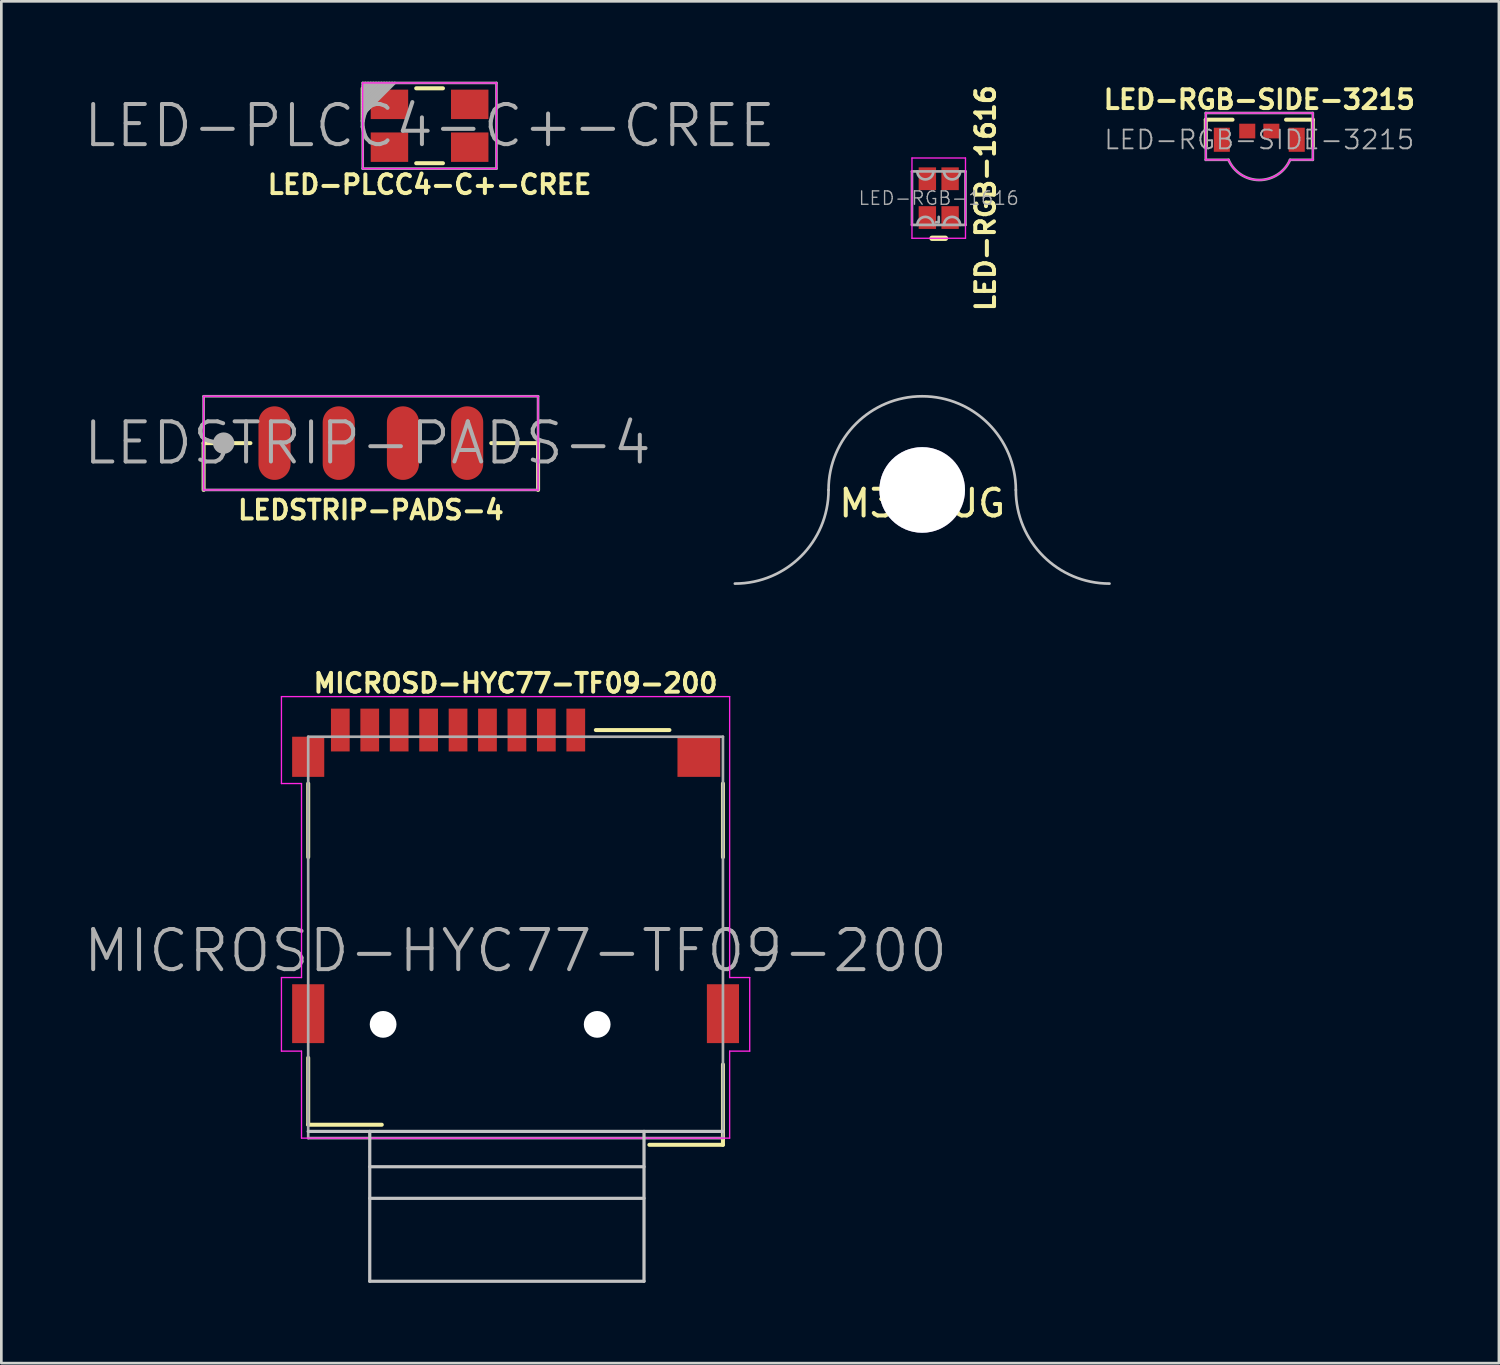
<source format=kicad_pcb>
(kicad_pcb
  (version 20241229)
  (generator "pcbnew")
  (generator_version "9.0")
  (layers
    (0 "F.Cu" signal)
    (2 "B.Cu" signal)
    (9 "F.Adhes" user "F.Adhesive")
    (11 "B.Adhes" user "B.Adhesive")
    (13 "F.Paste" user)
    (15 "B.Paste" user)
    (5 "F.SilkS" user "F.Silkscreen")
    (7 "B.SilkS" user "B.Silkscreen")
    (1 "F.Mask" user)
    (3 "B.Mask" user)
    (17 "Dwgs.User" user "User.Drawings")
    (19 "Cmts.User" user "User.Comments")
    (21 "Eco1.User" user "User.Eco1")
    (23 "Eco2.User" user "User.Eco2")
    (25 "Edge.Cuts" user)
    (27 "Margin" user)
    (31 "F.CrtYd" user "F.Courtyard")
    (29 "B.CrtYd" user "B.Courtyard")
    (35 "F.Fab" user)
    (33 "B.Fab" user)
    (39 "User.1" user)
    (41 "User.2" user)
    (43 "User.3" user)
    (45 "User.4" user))
  (footprint "M3-LUG"
    (layer "F.Cu")
    (at 31.414 15.26)
    (property "Reference" "M3-LUG" (at 0 0.5 0) (layer "F.SilkS") (effects (font (size 1 1) (thickness 0.15))))
    (attr through_hole)
    (fp_arc (start -3.5 0) (mid -4.525126 2.474874) (end -7 3.5) (stroke (width 0.1) (type solid)) (layer "Dwgs.User"))
    (fp_arc (start -3.5 0) (mid 0 -3.5) (end 3.5 0) (stroke (width 0.1) (type solid)) (layer "Dwgs.User"))
    (fp_arc (start 7 3.5) (mid 4.525126 2.474874) (end 3.5 0) (stroke (width 0.1) (type solid)) (layer "Dwgs.User"))
    (fp_line (start 7 3.5) (end -7 3.5) (stroke (width 0.1) (type solid)) (layer "Margin"))
    (pad "1" thru_hole circle (at 0 0) (size 3.2 3.2) (drill 3.2) (layers "*.Cu" "*.Mask")))
  (footprint "LED-RGB-SIDE-3215"
    (layer "F.Cu")
    (at 44.012 2.173)
    (property "Reference" "LED-RGB-SIDE-3215" (at 0 -1.5 180) (layer "F.SilkS") (effects (font (size 0.7 0.7) (thickness 0.15))))
    (attr through_hole)
    (fp_line (start -2 -0.75) (end -1 -0.75) (stroke (width 0.15) (type solid)) (layer "F.SilkS"))
    (fp_line (start -2 0.25) (end -2 -0.75) (stroke (width 0.15) (type solid)) (layer "F.SilkS"))
    (fp_line (start 2 -0.75) (end 1 -0.75) (stroke (width 0.15) (type solid)) (layer "F.SilkS"))
    (fp_line (start 2 0.25) (end 2 -0.75) (stroke (width 0.15) (type solid)) (layer "F.SilkS"))
    (fp_line (start -2 -1) (end 2 -1) (stroke (width 0.05) (type solid)) (layer "F.CrtYd"))
    (fp_line (start -2 0.75) (end -2 -1) (stroke (width 0.05) (type solid)) (layer "F.CrtYd"))
    (fp_line (start -2 0.75) (end -1.15 0.75) (stroke (width 0.05) (type solid)) (layer "F.CrtYd"))
    (fp_line (start 2 -1) (end 2 0.75) (stroke (width 0.05) (type solid)) (layer "F.CrtYd"))
    (fp_line (start 2 0.75) (end 1.15 0.75) (stroke (width 0.05) (type solid)) (layer "F.CrtYd"))
    (fp_arc (start 1.149974 0.750058) (mid -0.000032 1.503993) (end -1.149999 0.749999) (stroke (width 0.05) (type solid)) (layer "F.CrtYd"))
    (fp_line (start -2 -1) (end 2 -1) (stroke (width 0.1) (type solid)) (layer "F.Fab"))
    (fp_line (start -2 0.75) (end -2 -1) (stroke (width 0.1) (type solid)) (layer "F.Fab"))
    (fp_line (start -2 0.75) (end -1.15 0.75) (stroke (width 0.1) (type solid)) (layer "F.Fab"))
    (fp_line (start 2 -1) (end 2 0.75) (stroke (width 0.1) (type solid)) (layer "F.Fab"))
    (fp_line (start 2 0.75) (end 1.15 0.75) (stroke (width 0.1) (type solid)) (layer "F.Fab"))
    (fp_arc (start 1.149974 0.750058) (mid -0.000032 1.503993) (end -1.149999 0.749999) (stroke (width 0.1) (type solid)) (layer "F.Fab"))
    (fp_text user "${REFERENCE}" (at 0 0 0) (layer "F.Fab") (effects (font (size 0.7 0.7) (thickness 0.07))))
    (pad "+" smd rect (at -1.4 0) (size 0.6 0.9) (layers "F.Cu" "F.Mask" "F.Paste"))
    (pad "B" smd rect (at 0.45 -0.325) (size 0.6 0.55) (layers "F.Cu" "F.Mask" "F.Paste"))
    (pad "G" smd rect (at -0.45 -0.325) (size 0.6 0.55) (layers "F.Cu" "F.Mask" "F.Paste"))
    (pad "R" smd rect (at 1.4 0) (size 0.6 0.9) (layers "F.Cu" "F.Mask" "F.Paste")))
  (footprint "LEDSTRIP-PADS-4"
    (layer "F.Cu")
    (at 10.809 13.51)
    (property "Reference" "LEDSTRIP-PADS-4" (at 0 2.5 0) (layer "F.SilkS") (effects (font (size 0.7 0.7) (thickness 0.15))))
    (attr through_hole)
    (fp_line (start -6.25 0) (end -6.25 1.75) (stroke (width 0.15) (type solid)) (layer "F.SilkS"))
    (fp_line (start -4.5 0) (end -6.25 0) (stroke (width 0.15) (type solid)) (layer "F.SilkS"))
    (fp_line (start 4.5 0) (end 6.25 0) (stroke (width 0.15) (type solid)) (layer "F.SilkS"))
    (fp_line (start 6.25 0) (end 6.25 1.75) (stroke (width 0.15) (type solid)) (layer "F.SilkS"))
    (fp_line (start -6.25 -1.75) (end 6.25 -1.75) (stroke (width 0.05) (type solid)) (layer "F.CrtYd"))
    (fp_line (start -6.25 1.75) (end -6.25 -1.75) (stroke (width 0.05) (type solid)) (layer "F.CrtYd"))
    (fp_line (start 6.25 -1.75) (end 6.25 1.75) (stroke (width 0.05) (type solid)) (layer "F.CrtYd"))
    (fp_line (start 6.25 1.75) (end -6.25 1.75) (stroke (width 0.05) (type solid)) (layer "F.CrtYd"))
    (fp_line (start -6.25 -1.75) (end 6.25 -1.75) (stroke (width 0.1) (type solid)) (layer "F.Fab"))
    (fp_line (start -6.25 1.75) (end -6.25 -1.75) (stroke (width 0.1) (type solid)) (layer "F.Fab"))
    (fp_line (start 6.25 -1.75) (end 6.25 1.75) (stroke (width 0.1) (type solid)) (layer "F.Fab"))
    (fp_line (start 6.25 1.75) (end -6.25 1.75) (stroke (width 0.1) (type solid)) (layer "F.Fab"))
    (fp_circle (center -5.5 0) (end -5.3 0) (stroke (width 0.4) (type solid)) (fill no) (layer "F.Fab"))
    (fp_text user "${REFERENCE}" (at -0.127 0 0) (layer "F.Fab") (effects (font (size 1.5 1.5) (thickness 0.15))))
    (pad "1" smd oval (at -3.6 0) (size 1.2 2.75) (layers "F.Cu" "F.Mask" "F.Paste"))
    (pad "2" smd oval (at -1.2 0) (size 1.2 2.75) (layers "F.Cu" "F.Mask" "F.Paste"))
    (pad "3" smd oval (at 1.2 0) (size 1.2 2.75) (layers "F.Cu" "F.Mask" "F.Paste"))
    (pad "4" smd oval (at 3.6 0) (size 1.2 2.75) (layers "F.Cu" "F.Mask" "F.Paste")))
  (footprint "LED-RGB-1616"
    (layer "F.Cu")
    (at 32.032 4.355)
    (property "Reference" "LED-RGB-1616" (at 1.75 0 90) (layer "F.SilkS") (effects (font (size 0.7 0.7) (thickness 0.15))))
    (attr through_hole)
    (fp_line (start -0.25 1.5) (end 0.25 1.5) (stroke (width 0.2) (type solid)) (layer "F.SilkS"))
    (fp_line (start -1 -1.5) (end 1 -1.5) (stroke (width 0.05) (type solid)) (layer "F.CrtYd"))
    (fp_line (start -1 1.5) (end -1 -1.5) (stroke (width 0.05) (type solid)) (layer "F.CrtYd"))
    (fp_line (start 1 -1.5) (end 1 1.5) (stroke (width 0.05) (type solid)) (layer "F.CrtYd"))
    (fp_line (start 1 1.5) (end -1 1.5) (stroke (width 0.05) (type solid)) (layer "F.CrtYd"))
    (fp_line (start -1 -1) (end 1 -1) (stroke (width 0.1) (type solid)) (layer "F.Fab"))
    (fp_line (start -1 1) (end -1 -1) (stroke (width 0.1) (type solid)) (layer "F.Fab"))
    (fp_line (start 0 0.7) (end 0 0.9) (stroke (width 0.1) (type solid)) (layer "F.Fab"))
    (fp_line (start 0 0.9) (end -0.1 0.9) (stroke (width 0.1) (type solid)) (layer "F.Fab"))
    (fp_line (start 1 -1) (end 1 1) (stroke (width 0.1) (type solid)) (layer "F.Fab"))
    (fp_line (start 1 1) (end -1 1) (stroke (width 0.1) (type solid)) (layer "F.Fab"))
    (fp_arc (start -0.8 1) (mid -0.5 0.7) (end -0.2 1) (stroke (width 0.1) (type solid)) (layer "F.Fab"))
    (fp_arc (start -0.2 -1) (mid -0.5 -0.7) (end -0.8 -1) (stroke (width 0.1) (type solid)) (layer "F.Fab"))
    (fp_arc (start 0.2 1) (mid 0.5 0.7) (end 0.8 1) (stroke (width 0.1) (type solid)) (layer "F.Fab"))
    (fp_arc (start 0.8 -1) (mid 0.5 -0.7) (end 0.2 -1) (stroke (width 0.1) (type solid)) (layer "F.Fab"))
    (fp_text user "${REFERENCE}" (at 0 0 180) (layer "F.Fab") (effects (font (size 0.5 0.5) (thickness 0.05))))
    (pad "+" smd rect (at -0.425 0.725) (size 0.65 0.85) (layers "F.Cu" "F.Mask" "F.Paste"))
    (pad "B" smd rect (at -0.425 -0.725) (size 0.65 0.85) (layers "F.Cu" "F.Mask" "F.Paste"))
    (pad "G" smd rect (at 0.425 -0.725) (size 0.65 0.85) (layers "F.Cu" "F.Mask" "F.Paste"))
    (pad "R" smd rect (at 0.425 0.725) (size 0.65 0.85) (layers "F.Cu" "F.Mask" "F.Paste")))
  (footprint "MICROSD-HYC77-TF09-200"
    (layer "F.Cu")
    (at 16.218 31.983)
    (property "Reference" "MICROSD-HYC77-TF09-200" (at 0 -9.5 0) (layer "F.SilkS") (effects (font (size 0.7 0.7) (thickness 0.15))))
    (attr through_hole)
    (fp_line (start -7.75 -3) (end -7.75 -5.75) (stroke (width 0.15) (type solid)) (layer "F.SilkS"))
    (fp_line (start -7.75 4.5) (end -7.75 7) (stroke (width 0.15) (type solid)) (layer "F.SilkS"))
    (fp_line (start -7.75 7) (end -5 7) (stroke (width 0.15) (type solid)) (layer "F.SilkS"))
    (fp_line (start 3 -7.75) (end 5.75 -7.75) (stroke (width 0.15) (type solid)) (layer "F.SilkS"))
    (fp_line (start 5 7.75) (end 7.75 7.75) (stroke (width 0.15) (type solid)) (layer "F.SilkS"))
    (fp_line (start 7.75 -5.75) (end 7.75 -3) (stroke (width 0.15) (type solid)) (layer "F.SilkS"))
    (fp_line (start 7.75 7.75) (end 7.75 4.75) (stroke (width 0.15) (type solid)) (layer "F.SilkS"))
    (fp_line (start -5.45 12.85) (end -5.45 7.25) (stroke (width 0.12) (type solid)) (layer "Dwgs.User"))
    (fp_line (start 4.8 8.57) (end -5.45 8.57) (stroke (width 0.12) (type solid)) (layer "Dwgs.User"))
    (fp_line (start 4.8 9.75) (end -5.45 9.75) (stroke (width 0.12) (type solid)) (layer "Dwgs.User"))
    (fp_line (start 4.8 12.85) (end -5.45 12.85) (stroke (width 0.12) (type solid)) (layer "Dwgs.User"))
    (fp_line (start 4.8 12.85) (end 4.8 7.25) (stroke (width 0.12) (type solid)) (layer "Dwgs.User"))
    (fp_line (start 7.75 7.25) (end -7.75 7.25) (stroke (width 0.12) (type solid)) (layer "Dwgs.User"))
    (fp_line (start -8.75 -9) (end 8 -9) (stroke (width 0.05) (type solid)) (layer "F.CrtYd"))
    (fp_line (start -8.75 -5.75) (end -8.75 -9) (stroke (width 0.05) (type solid)) (layer "F.CrtYd"))
    (fp_line (start -8.75 1.5) (end -8 1.5) (stroke (width 0.05) (type solid)) (layer "F.CrtYd"))
    (fp_line (start -8.75 4.25) (end -8.75 1.5) (stroke (width 0.05) (type solid)) (layer "F.CrtYd"))
    (fp_line (start -8 -5.75) (end -8.75 -5.75) (stroke (width 0.05) (type solid)) (layer "F.CrtYd"))
    (fp_line (start -8 1.5) (end -8 -5.75) (stroke (width 0.05) (type solid)) (layer "F.CrtYd"))
    (fp_line (start -8 4.25) (end -8.75 4.25) (stroke (width 0.05) (type solid)) (layer "F.CrtYd"))
    (fp_line (start -8 7.5) (end -8 4.25) (stroke (width 0.05) (type solid)) (layer "F.CrtYd"))
    (fp_line (start 8 -9) (end 8 1.5) (stroke (width 0.05) (type solid)) (layer "F.CrtYd"))
    (fp_line (start 8 1.5) (end 8.75 1.5) (stroke (width 0.05) (type solid)) (layer "F.CrtYd"))
    (fp_line (start 8 4.25) (end 8 7.5) (stroke (width 0.05) (type solid)) (layer "F.CrtYd"))
    (fp_line (start 8 7.5) (end -8 7.5) (stroke (width 0.05) (type solid)) (layer "F.CrtYd"))
    (fp_line (start 8.75 1.5) (end 8.75 4.25) (stroke (width 0.05) (type solid)) (layer "F.CrtYd"))
    (fp_line (start 8.75 4.25) (end 8 4.25) (stroke (width 0.05) (type solid)) (layer "F.CrtYd"))
    (fp_line (start -7.75 -7.5) (end 7.75 -7.5) (stroke (width 0.1) (type solid)) (layer "F.Fab"))
    (fp_line (start -7.75 7.5) (end -7.75 -7.5) (stroke (width 0.1) (type solid)) (layer "F.Fab"))
    (fp_line (start 7.75 -7.5) (end 7.75 7.5) (stroke (width 0.1) (type solid)) (layer "F.Fab"))
    (fp_line (start 7.75 7.5) (end -7.75 7.5) (stroke (width 0.1) (type solid)) (layer "F.Fab"))
    (fp_text user "${REFERENCE}" (at 0 0.5 0) (layer "F.Fab") (effects (font (size 1.5 1.5) (thickness 0.15))))
    (pad "" np_thru_hole circle (at -4.95 3.25) (size 1 1) (drill 1) (layers "*.Cu" "*.Mask"))
    (pad "" np_thru_hole circle (at 3.05 3.25) (size 1 1) (drill 1) (layers "*.Cu" "*.Mask"))
    (pad "1" smd rect (at 2.25 -7.75) (size 0.7 1.6) (layers "F.Cu" "F.Mask" "F.Paste"))
    (pad "2" smd rect (at 1.15 -7.75) (size 0.7 1.6) (layers "F.Cu" "F.Mask" "F.Paste"))
    (pad "3" smd rect (at 0.05 -7.75) (size 0.7 1.6) (layers "F.Cu" "F.Mask" "F.Paste"))
    (pad "4" smd rect (at -1.05 -7.75) (size 0.7 1.6) (layers "F.Cu" "F.Mask" "F.Paste"))
    (pad "5" smd rect (at -2.15 -7.75) (size 0.7 1.6) (layers "F.Cu" "F.Mask" "F.Paste"))
    (pad "6" smd rect (at -3.25 -7.75) (size 0.7 1.6) (layers "F.Cu" "F.Mask" "F.Paste"))
    (pad "7" smd rect (at -4.35 -7.75) (size 0.7 1.6) (layers "F.Cu" "F.Mask" "F.Paste"))
    (pad "8" smd rect (at -5.45 -7.75) (size 0.7 1.6) (layers "F.Cu" "F.Mask" "F.Paste"))
    (pad "9" smd rect (at -6.55 -7.75) (size 0.7 1.6) (layers "F.Cu" "F.Mask" "F.Paste"))
    (pad "SHIELD" smd rect (at -7.75 -6.75) (size 1.2 1.5) (layers "F.Cu" "F.Mask" "F.Paste"))
    (pad "SHIELD" smd rect (at -7.75 2.85) (size 1.2 2.2) (layers "F.Cu" "F.Mask" "F.Paste"))
    (pad "SHIELD" smd rect (at 6.85 -6.75) (size 1.6 1.5) (layers "F.Cu" "F.Mask" "F.Paste"))
    (pad "SHIELD" smd rect (at 7.75 2.85) (size 1.2 2.2) (layers "F.Cu" "F.Mask" "F.Paste")))
  (footprint "LED-PLCC4-C+-CREE"
    (layer "F.Cu")
    (at 13.004 1.65)
    (property "Reference" "LED-PLCC4-C+-CREE" (at 0 2.2 0) (layer "F.SilkS") (effects (font (size 0.7 0.7) (thickness 0.15))))
    (attr through_hole)
    (fp_line (start -2.5 -0.2) (end -2.5 -1.4) (stroke (width 0.15) (type solid)) (layer "F.SilkS"))
    (fp_line (start -0.5 -1.4) (end 0.5 -1.4) (stroke (width 0.15) (type solid)) (layer "F.SilkS"))
    (fp_line (start -0.5 1.4) (end 0.5 1.4) (stroke (width 0.15) (type solid)) (layer "F.SilkS"))
    (fp_line (start -2.5 -1.6) (end 2.5 -1.6) (stroke (width 0.05) (type solid)) (layer "F.CrtYd"))
    (fp_line (start -2.5 1.6) (end -2.5 -1.6) (stroke (width 0.05) (type solid)) (layer "F.CrtYd"))
    (fp_line (start 2.5 -1.6) (end 2.5 1.6) (stroke (width 0.05) (type solid)) (layer "F.CrtYd"))
    (fp_line (start 2.5 1.6) (end -2.5 1.6) (stroke (width 0.05) (type solid)) (layer "F.CrtYd"))
    (fp_line (start -2.5 -1.6) (end 2.5 -1.6) (stroke (width 0.1) (type solid)) (layer "F.Fab"))
    (fp_line (start -2.5 -1.4) (end -2.3 -1.6) (stroke (width 0.1) (type solid)) (layer "F.Fab"))
    (fp_line (start -2.5 -1.2) (end -2.1 -1.6) (stroke (width 0.1) (type solid)) (layer "F.Fab"))
    (fp_line (start -2.5 -1) (end -1.9 -1.6) (stroke (width 0.1) (type solid)) (layer "F.Fab"))
    (fp_line (start -2.5 -0.8) (end -1.7 -1.6) (stroke (width 0.1) (type solid)) (layer "F.Fab"))
    (fp_line (start -2.5 -0.6) (end -1.5 -1.6) (stroke (width 0.1) (type solid)) (layer "F.Fab"))
    (fp_line (start -2.5 -0.4) (end -1.3 -1.6) (stroke (width 0.1) (type solid)) (layer "F.Fab"))
    (fp_line (start -2.5 1.6) (end -2.5 -1.6) (stroke (width 0.1) (type solid)) (layer "F.Fab"))
    (fp_line (start -2.4 -1.6) (end -2.5 -1.5) (stroke (width 0.1) (type solid)) (layer "F.Fab"))
    (fp_line (start -2.2 -1.6) (end -2.5 -1.3) (stroke (width 0.1) (type solid)) (layer "F.Fab"))
    (fp_line (start -2 -1.6) (end -2.5 -1.1) (stroke (width 0.1) (type solid)) (layer "F.Fab"))
    (fp_line (start -1.8 -1.6) (end -2.5 -0.9) (stroke (width 0.1) (type solid)) (layer "F.Fab"))
    (fp_line (start -1.6 -1.6) (end -2.5 -0.7) (stroke (width 0.1) (type solid)) (layer "F.Fab"))
    (fp_line (start -1.4 -1.6) (end -2.5 -0.5) (stroke (width 0.1) (type solid)) (layer "F.Fab"))
    (fp_line (start 2.5 -1.6) (end 2.5 1.6) (stroke (width 0.1) (type solid)) (layer "F.Fab"))
    (fp_line (start 2.5 1.6) (end -2.5 1.6) (stroke (width 0.1) (type solid)) (layer "F.Fab"))
    (fp_text user "${REFERENCE}" (at 0 0 0) (layer "F.Fab") (effects (font (size 1.5 1.5) (thickness 0.15))))
    (pad "+" smd rect (at -1.5 0.8) (size 1.4 1.1) (layers "F.Cu" "F.Mask" "F.Paste"))
    (pad "B" smd rect (at 1.5 0.8) (size 1.4 1.1) (layers "F.Cu" "F.Mask" "F.Paste"))
    (pad "G" smd rect (at 1.5 -0.8) (size 1.4 1.1) (layers "F.Cu" "F.Mask" "F.Paste"))
    (pad "R" smd rect (at -1.5 -0.8) (size 1.4 1.1) (layers "F.Cu" "F.Mask" "F.Paste")))
  (gr_rect
    (start -3 -3)
    (end 52.967 47.893)
    (stroke (width 0.1) (type default))
    (fill no)
    (layer "Edge.Cuts")))
</source>
